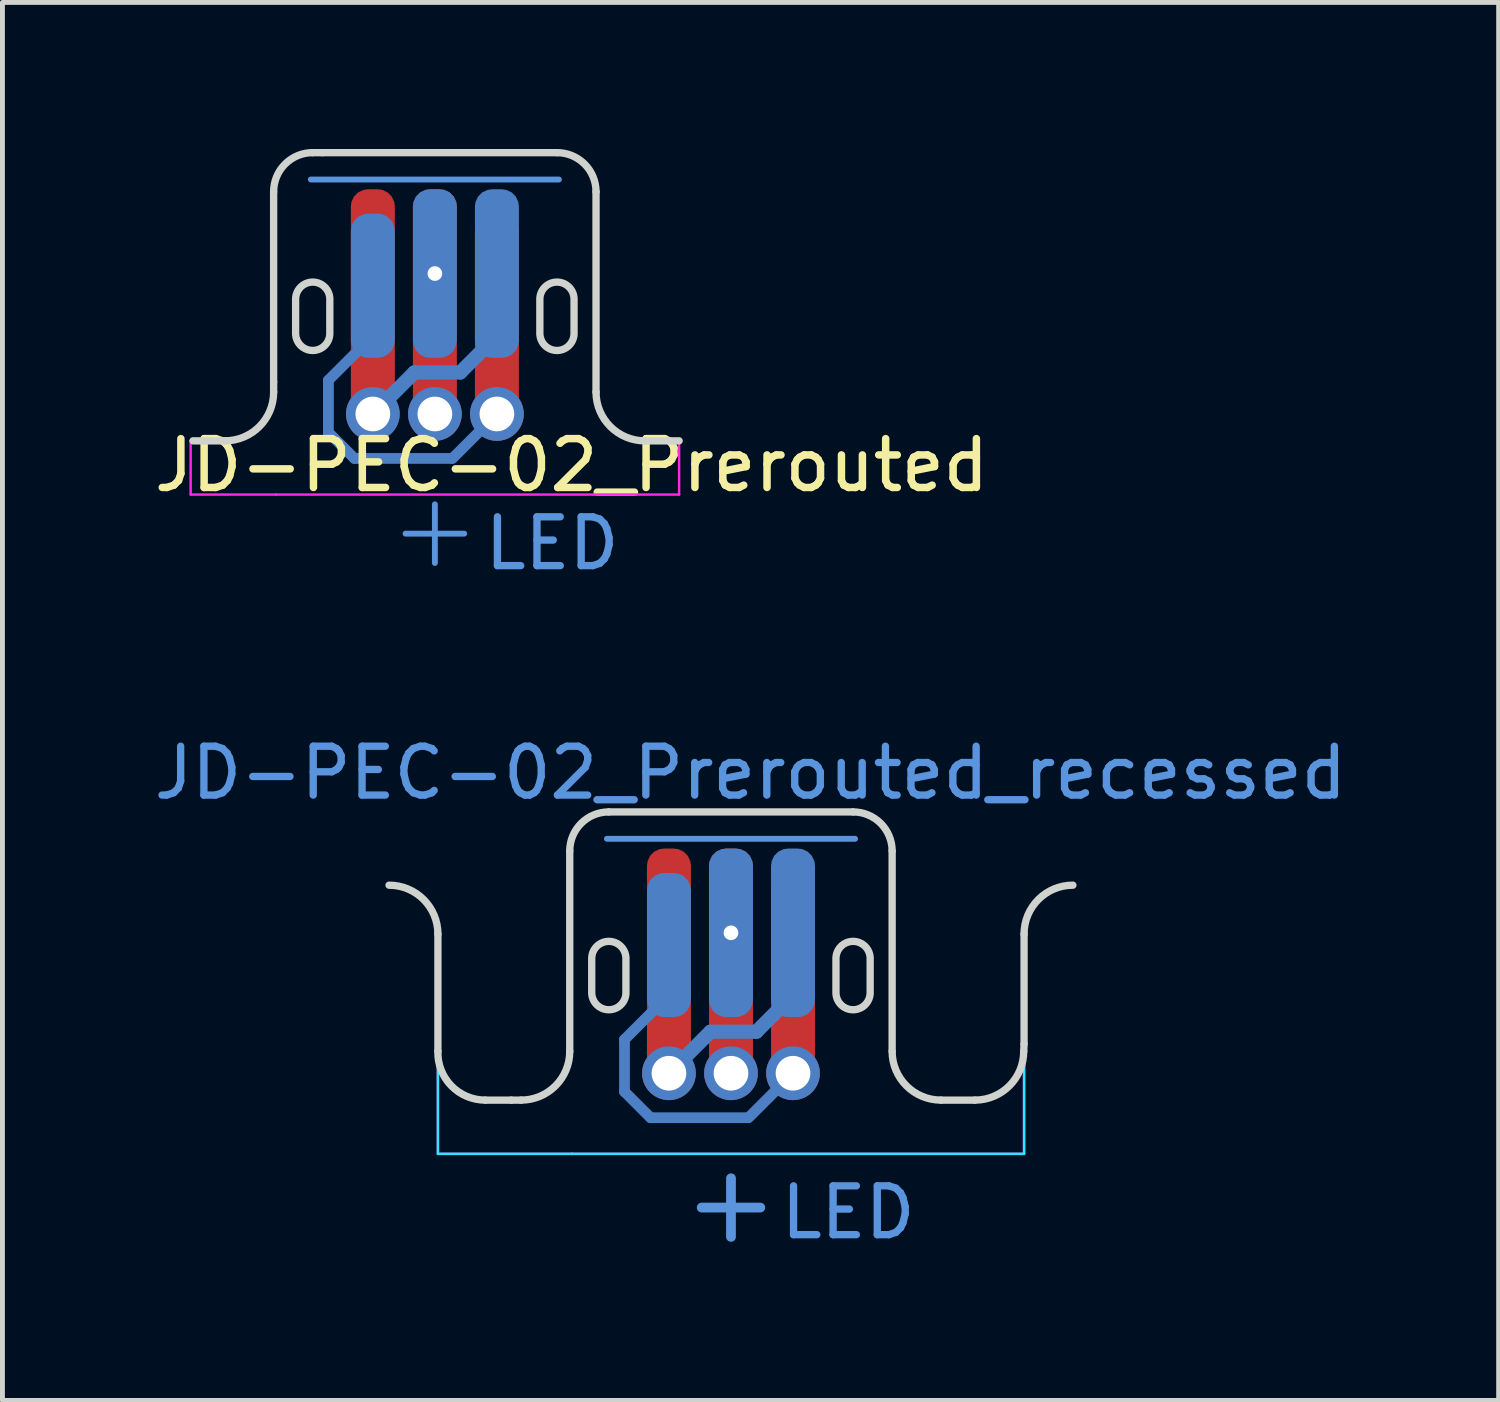
<source format=kicad_pcb>
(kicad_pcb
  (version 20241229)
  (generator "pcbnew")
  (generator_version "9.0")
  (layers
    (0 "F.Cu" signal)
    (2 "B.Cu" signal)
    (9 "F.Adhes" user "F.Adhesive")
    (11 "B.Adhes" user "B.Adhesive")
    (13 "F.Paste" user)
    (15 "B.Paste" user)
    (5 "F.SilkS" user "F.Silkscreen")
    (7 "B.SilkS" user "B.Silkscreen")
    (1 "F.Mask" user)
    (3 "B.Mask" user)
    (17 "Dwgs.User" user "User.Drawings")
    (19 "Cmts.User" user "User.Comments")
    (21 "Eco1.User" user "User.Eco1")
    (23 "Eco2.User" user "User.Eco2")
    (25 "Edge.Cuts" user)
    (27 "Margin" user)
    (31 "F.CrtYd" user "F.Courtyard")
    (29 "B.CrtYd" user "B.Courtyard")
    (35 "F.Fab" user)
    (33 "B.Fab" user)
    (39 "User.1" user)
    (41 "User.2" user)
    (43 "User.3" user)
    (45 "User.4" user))
  (footprint "JD-PEC-02_Prerouted_recessed"
    (layer "F.Cu")
    (at 11.915 17.572)
    (property "Reference" "JD-PEC-02_Prerouted_recessed" (at 0.4 -4.8 0) (layer "Cmts.User") (effects (font (size 1 1) (thickness 0.15))))
    (attr through_hole)
    (fp_line (start -2.54 -3.45) (end 2.54 -3.45) (stroke (width 0.12) (type solid)) (layer "Cmts.User"))
    (fp_line (start -0.6 4.1) (end 0.6 4.1) (stroke (width 0.2) (type default)) (layer "Cmts.User"))
    (fp_line (start 0 3.5) (end 0 4.7) (stroke (width 0.2) (type default)) (layer "Cmts.User"))
    (fp_line (start -6 -1.5) (end -6 0.9) (stroke (width 0.15) (type default)) (layer "Edge.Cuts"))
    (fp_line (start -5.031 1.9) (end -4.5 1.9) (stroke (width 0.15) (type default)) (layer "Edge.Cuts"))
    (fp_line (start -4.298 1.9) (end -4.5 1.9) (stroke (width 0.15) (type default)) (layer "Edge.Cuts"))
    (fp_line (start -3.301 -3.2) (end -3.301 0.902) (stroke (width 0.15) (type solid)) (layer "Edge.Cuts"))
    (fp_line (start 2.499 -4) (end -2.501 -4) (stroke (width 0.15) (type solid)) (layer "Edge.Cuts"))
    (fp_line (start 3.299 -3.2) (end 3.299 0.9) (stroke (width 0.15) (type default)) (layer "Edge.Cuts"))
    (fp_line (start 4.298 1.9) (end 4.993 1.9) (stroke (width 0.15) (type default)) (layer "Edge.Cuts"))
    (fp_line (start 6 0.75) (end 5.993 0.9) (stroke (width 0.15) (type default)) (layer "Edge.Cuts"))
    (fp_line (start 6 0.75) (end 6 -1.5) (stroke (width 0.15) (type solid)) (layer "Edge.Cuts"))
    (fp_arc (start -7 -2.5) (mid -6.292893 -2.207107) (end -6 -1.5) (stroke (width 0.15) (type default)) (layer "Edge.Cuts"))
    (fp_arc (start -5.031284 1.9) (mid -5.727418 1.605151) (end -6 0.9) (stroke (width 0.15) (type solid)) (layer "Edge.Cuts"))
    (fp_arc (start -3.300852 -3.2) (mid -3.066852 -3.765999) (end -2.500852 -4) (stroke (width 0.15) (type solid)) (layer "Edge.Cuts"))
    (fp_arc (start -3.300852 0.902) (mid -3.592637 1.607476) (end -4.297807 1.9) (stroke (width 0.15) (type solid)) (layer "Edge.Cuts"))
    (fp_arc (start 2.499148 -4) (mid 3.065147 -3.765999) (end 3.299148 -3.2) (stroke (width 0.15) (type solid)) (layer "Edge.Cuts"))
    (fp_arc (start 4.297807 1.9) (mid 3.591372 1.606829) (end 3.299148 0.9) (stroke (width 0.15) (type solid)) (layer "Edge.Cuts"))
    (fp_arc (start 5.992893 0.9) (mid 5.700001 1.607107) (end 4.992893 1.9) (stroke (width 0.15) (type solid)) (layer "Edge.Cuts"))
    (fp_arc (start 6 -1.5) (mid 6.292893 -2.207107) (end 7 -2.5) (stroke (width 0.15) (type default)) (layer "Edge.Cuts"))
    (fp_poly (pts (arc (start -2.150853 -1.000001) (mid -2.500852 -1.35) (end -2.850851 -1.000001)) (arc (start -2.850851 -0.300002) (mid -2.500852 0.049997) (end -2.150853 -0.300002))) (stroke (width 0.15) (type solid)) (fill no) (layer "Edge.Cuts"))
    (fp_poly (pts (arc (start 2.849147 -1.000001) (mid 2.499148 -1.35) (end 2.149149 -1.000001)) (arc (start 2.149149 -0.300002) (mid 2.499148 0.049997) (end 2.849147 -0.300002))) (stroke (width 0.15) (type solid)) (fill no) (layer "Edge.Cuts"))
    (fp_line (start -6 0.9) (end -6 3) (stroke (width 0.05) (type default)) (layer "B.CrtYd"))
    (fp_line (start -6 3) (end -3.25 3) (stroke (width 0.05) (type default)) (layer "B.CrtYd"))
    (fp_line (start -4.2 1.9) (end -5.031 1.9) (stroke (width 0.05) (type default)) (layer "B.CrtYd"))
    (fp_line (start -3.301 -3.2) (end -3.301 0.902) (stroke (width 0.05) (type solid)) (layer "B.CrtYd"))
    (fp_line (start -2.501 -4) (end 2.5 -4) (stroke (width 0.05) (type default)) (layer "B.CrtYd"))
    (fp_line (start 3.3 -3.2) (end 3.299 0.9) (stroke (width 0.05) (type default)) (layer "B.CrtYd"))
    (fp_line (start 4.298 1.9) (end 5 1.9) (stroke (width 0.05) (type solid)) (layer "B.CrtYd"))
    (fp_line (start 6 0.9) (end 6 3) (stroke (width 0.05) (type default)) (layer "B.CrtYd"))
    (fp_line (start 6 3) (end -3.25 3) (stroke (width 0.05) (type default)) (layer "B.CrtYd"))
    (fp_arc (start -5.031284 1.9) (mid -5.72742 1.605152) (end -6 0.9) (stroke (width 0.05) (type solid)) (layer "B.CrtYd"))
    (fp_arc (start -3.300852 -3.2) (mid -3.066852 -3.766) (end -2.500852 -4) (stroke (width 0.05) (type solid)) (layer "B.CrtYd"))
    (fp_arc (start -3.300852 0.902) (mid -3.558642 1.573788) (end -4.2 1.9) (stroke (width 0.05) (type solid)) (layer "B.CrtYd"))
    (fp_arc (start 2.5 -4) (mid 3.065685 -3.765685) (end 3.3 -3.2) (stroke (width 0.05) (type default)) (layer "B.CrtYd"))
    (fp_arc (start 4.297807 1.9) (mid 3.591372 1.606828) (end 3.299148 0.9) (stroke (width 0.05) (type solid)) (layer "B.CrtYd"))
    (fp_arc (start 6 0.9) (mid 5.707107 1.607106) (end 5 1.9) (stroke (width 0.05) (type solid)) (layer "B.CrtYd"))
    (fp_line (start -6 0.9) (end -6 3) (stroke (width 0.05) (type default)) (layer "F.CrtYd"))
    (fp_line (start -6 3) (end -3.25 3) (stroke (width 0.05) (type default)) (layer "F.CrtYd"))
    (fp_line (start -4.2 1.9) (end -5.031 1.9) (stroke (width 0.05) (type default)) (layer "F.CrtYd"))
    (fp_line (start -3.301 -3.2) (end -3.301 0.902) (stroke (width 0.05) (type solid)) (layer "F.CrtYd"))
    (fp_line (start -2.501 -4) (end 2.5 -4) (stroke (width 0.05) (type default)) (layer "F.CrtYd"))
    (fp_line (start 3.3 -3.2) (end 3.299 0.9) (stroke (width 0.05) (type default)) (layer "F.CrtYd"))
    (fp_line (start 4.298 1.9) (end 5 1.9) (stroke (width 0.05) (type solid)) (layer "F.CrtYd"))
    (fp_line (start 6 0.9) (end 6 3) (stroke (width 0.05) (type default)) (layer "F.CrtYd"))
    (fp_line (start 6 3) (end -3.25 3) (stroke (width 0.05) (type default)) (layer "F.CrtYd"))
    (fp_arc (start -5.031284 1.9) (mid -5.727419 1.605152) (end -6 0.9) (stroke (width 0.05) (type solid)) (layer "F.CrtYd"))
    (fp_arc (start -3.300852 -3.2) (mid -3.066852 -3.765999) (end -2.500852 -4) (stroke (width 0.05) (type solid)) (layer "F.CrtYd"))
    (fp_arc (start -3.300852 0.902) (mid -3.558642 1.573788) (end -4.2 1.9) (stroke (width 0.05) (type solid)) (layer "F.CrtYd"))
    (fp_arc (start 2.5 -4) (mid 3.065685 -3.765685) (end 3.3 -3.2) (stroke (width 0.05) (type default)) (layer "F.CrtYd"))
    (fp_arc (start 4.297807 1.9) (mid 3.591372 1.606829) (end 3.299148 0.9) (stroke (width 0.05) (type solid)) (layer "F.CrtYd"))
    (fp_arc (start 6 0.9) (mid 5.707108 1.607108) (end 5 1.9) (stroke (width 0.05) (type solid)) (layer "F.CrtYd"))
    (fp_text user "LED" (at 2.4 4.2 0) (unlocked yes) (layer "Cmts.User") (effects (font (size 1 1) (thickness 0.15))))
    (pad "1" smd oval (at -2.18 1.194 90) (size 1.287 0.22) (layers "B.Cu"))
    (pad "1" smd oval (at -1.913 1.994 315) (size 0.974 0.22) (layers "B.Cu"))
    (pad "1" smd oval (at -1.725 0.205 45) (size 1.507 0.22) (layers "B.Cu"))
    (pad "1" smd roundrect (at -1.27 -1.275) (size 0.9 2.95) (layers "B.Cu" "B.Mask") (roundrect_rratio 0.389))
    (pad "1" smd oval (at -0.651 2.26) (size 2.212 0.22) (layers "B.Cu"))
    (pad "1" smd oval (at 0.815 1.805 45) (size 1.507 0.22) (layers "B.Cu"))
    (pad "1" smd roundrect (at 1.27 -0.475) (size 0.9 4.55) (layers "F.Cu" "F.Mask") (roundrect_rratio 0.389))
    (pad "1" thru_hole circle (at 1.27 1.35) (size 1.1 1.1) (drill 0.71) (layers "*.Cu" "*.Mask"))
    (pad "2" thru_hole circle (at 0 -1.525) (size 0.6 0.6) (drill 0.3) (layers "*.Cu" "*.Mask"))
    (pad "2" smd roundrect (at 0 -1.525) (size 0.9 3.45) (layers "B.Cu" "B.Mask") (roundrect_rratio 0.389))
    (pad "2" smd roundrect (at 0 -0.725) (size 0.9 5.05) (layers "F.Cu" "F.Mask") (roundrect_rratio 0.389))
    (pad "2" thru_hole circle (at 0 1.35) (size 1.1 1.1) (drill 0.71) (layers "*.Cu" "*.Mask"))
    (pad "3" smd roundrect (at -1.27 -0.725) (size 0.9 5.05) (layers "F.Cu" "F.Mask") (roundrect_rratio 0.389))
    (pad "3" thru_hole circle (at -1.27 1.35) (size 1.1 1.1) (drill 0.71) (layers "*.Cu" "*.Mask"))
    (pad "3" smd oval (at -0.845 0.925 45) (size 1.492 0.29) (layers "B.Cu"))
    (pad "3" smd oval (at 0.05 0.5) (size 1.23 0.29) (layers "B.Cu"))
    (pad "3" smd oval (at 0.895 0.125 45) (size 1.351 0.29) (layers "B.Cu"))
    (pad "3" smd roundrect (at 1.27 -1.525) (size 0.9 3.45) (layers "B.Cu" "B.Mask") (roundrect_rratio 0.389)))
  (footprint "JD-PEC-02_Prerouted"
    (layer "F.Cu")
    (at 5.853 4.075)
    (property "Reference" "JD-PEC-02_Prerouted" (at 2.8 2.4 0) (layer "F.SilkS") (effects (font (size 1 1) (thickness 0.153))))
    (attr through_hole)
    (fp_line (start -2.54 -3.45) (end 2.54 -3.45) (stroke (width 0.12) (type solid)) (layer "Cmts.User"))
    (fp_line (start -0.6 3.8) (end 0.6 3.8) (stroke (width 0.12) (type default)) (layer "Cmts.User"))
    (fp_line (start 0 3.2) (end 0 4.4) (stroke (width 0.12) (type default)) (layer "Cmts.User"))
    (fp_line (start 2.499 -4) (end -2.501 -4) (stroke (width 0.15) (type solid)) (layer "Eco1.User"))
    (fp_line (start 3.299 0.9) (end 3.299 -3.2) (stroke (width 0.15) (type solid)) (layer "Eco1.User"))
    (fp_line (start 3.299 0.9) (end 3.299 -3.2) (stroke (width 0.15) (type solid)) (layer "Eco1.User"))
    (fp_arc (start 4.297807 1.9) (mid 3.591372 1.606828) (end 3.299148 0.9) (stroke (width 0.15) (type solid)) (layer "Eco1.User"))
    (fp_circle (center -1.271 1.3) (end -0.916 1.3) (stroke (width 0.15) (type solid)) (fill no) (layer "Eco1.User"))
    (fp_circle (center -0.001 1.3) (end 0.354 1.3) (stroke (width 0.15) (type solid)) (fill no) (layer "Eco1.User"))
    (fp_circle (center 1.269 1.3) (end 1.624 1.3) (stroke (width 0.15) (type solid)) (fill no) (layer "Eco1.User"))
    (fp_line (start -4.951 1.9) (end -4.298 1.9) (stroke (width 0.15) (type default)) (layer "Edge.Cuts"))
    (fp_line (start -3.301 -3.2) (end -3.301 0.7) (stroke (width 0.15) (type solid)) (layer "Edge.Cuts"))
    (fp_line (start -3.301 0.7) (end -3.301 0.902) (stroke (width 0.15) (type default)) (layer "Edge.Cuts"))
    (fp_line (start -2.501 -4) (end -2.3 -4) (stroke (width 0.15) (type default)) (layer "Edge.Cuts"))
    (fp_line (start 2.499 -4) (end -2.3 -4) (stroke (width 0.15) (type solid)) (layer "Edge.Cuts"))
    (fp_line (start 3.299 -3.2) (end 3.299 0.9) (stroke (width 0.15) (type default)) (layer "Edge.Cuts"))
    (fp_line (start 4.298 1.9) (end 5 1.9) (stroke (width 0.15) (type default)) (layer "Edge.Cuts"))
    (fp_arc (start -3.300852 -3.2) (mid -3.066852 -3.765999) (end -2.500852 -4) (stroke (width 0.15) (type solid)) (layer "Edge.Cuts"))
    (fp_arc (start -3.300852 0.902) (mid -3.592637 1.607476) (end -4.297807 1.9) (stroke (width 0.15) (type solid)) (layer "Edge.Cuts"))
    (fp_arc (start 2.499148 -4) (mid 3.065147 -3.765999) (end 3.299148 -3.2) (stroke (width 0.15) (type solid)) (layer "Edge.Cuts"))
    (fp_arc (start 4.297807 1.9) (mid 3.591372 1.606829) (end 3.299148 0.9) (stroke (width 0.15) (type solid)) (layer "Edge.Cuts"))
    (fp_poly (pts (arc (start -2.150853 -1.000001) (mid -2.500852 -1.35) (end -2.850851 -1.000001)) (arc (start -2.850851 -0.300002) (mid -2.500852 0.049997) (end -2.150853 -0.300002))) (stroke (width 0.15) (type solid)) (fill no) (layer "Edge.Cuts"))
    (fp_poly (pts (arc (start 2.849147 -1.000001) (mid 2.499148 -1.35) (end 2.149149 -1.000001)) (arc (start 2.149149 -0.300002) (mid 2.499148 0.049997) (end 2.849147 -0.300002))) (stroke (width 0.15) (type solid)) (fill no) (layer "Edge.Cuts"))
    (fp_line (start -5 1.9) (end -5 3) (stroke (width 0.05) (type default)) (layer "F.CrtYd"))
    (fp_line (start -5 3) (end -3.25 3) (stroke (width 0.05) (type default)) (layer "F.CrtYd"))
    (fp_line (start -4.2 1.9) (end -5 1.9) (stroke (width 0.05) (type default)) (layer "F.CrtYd"))
    (fp_line (start -3.301 -3.2) (end -3.301 0.902) (stroke (width 0.05) (type solid)) (layer "F.CrtYd"))
    (fp_line (start -2.501 -4) (end 2.499 -4) (stroke (width 0.05) (type default)) (layer "F.CrtYd"))
    (fp_line (start 3.25 3) (end -3.25 3) (stroke (width 0.05) (type default)) (layer "F.CrtYd"))
    (fp_line (start 3.299 -3.2) (end 3.299 0.9) (stroke (width 0.05) (type default)) (layer "F.CrtYd"))
    (fp_line (start 4.298 1.9) (end 5 1.9) (stroke (width 0.05) (type solid)) (layer "F.CrtYd"))
    (fp_line (start 5 1.9) (end 5 3) (stroke (width 0.05) (type default)) (layer "F.CrtYd"))
    (fp_line (start 5 3) (end 3.25 3) (stroke (width 0.05) (type default)) (layer "F.CrtYd"))
    (fp_arc (start -3.300852 -3.2) (mid -3.066852 -3.765999) (end -2.500852 -4) (stroke (width 0.05) (type solid)) (layer "F.CrtYd"))
    (fp_arc (start -3.300852 0.902) (mid -3.558642 1.573788) (end -4.2 1.9) (stroke (width 0.05) (type solid)) (layer "F.CrtYd"))
    (fp_arc (start 2.499148 -4) (mid 3.065147 -3.765999) (end 3.299148 -3.2) (stroke (width 0.05) (type solid)) (layer "F.CrtYd"))
    (fp_arc (start 4.297807 1.9) (mid 3.591372 1.606829) (end 3.299148 0.9) (stroke (width 0.05) (type solid)) (layer "F.CrtYd"))
    (fp_text user "LED" (at 2.4 4 0) (unlocked yes) (layer "Cmts.User") (effects (font (size 1 1) (thickness 0.15))))
    (pad "1" smd oval (at -2.18 1.194 90) (size 1.287 0.22) (layers "B.Cu"))
    (pad "1" smd oval (at -1.913 1.994 315) (size 0.974 0.22) (layers "B.Cu"))
    (pad "1" smd oval (at -1.725 0.205 45) (size 1.507 0.22) (layers "B.Cu"))
    (pad "1" smd roundrect (at -1.27 -1.275) (size 0.9 2.95) (layers "B.Cu" "B.Mask") (roundrect_rratio 0.389))
    (pad "1" smd oval (at -0.651 2.26) (size 2.212 0.22) (layers "B.Cu"))
    (pad "1" smd oval (at 0.815 1.805 45) (size 1.507 0.22) (layers "B.Cu"))
    (pad "1" smd roundrect (at 1.27 -0.475) (size 0.9 4.55) (layers "F.Cu" "F.Mask") (roundrect_rratio 0.389))
    (pad "1" thru_hole circle (at 1.27 1.35) (size 1.1 1.1) (drill 0.71) (layers "*.Cu" "*.Mask"))
    (pad "2" thru_hole circle (at 0 -1.525) (size 0.6 0.6) (drill 0.3) (layers "*.Cu" "*.Mask"))
    (pad "2" smd roundrect (at 0 -1.525) (size 0.9 3.45) (layers "B.Cu" "B.Mask") (roundrect_rratio 0.389))
    (pad "2" smd roundrect (at 0 -0.725) (size 0.9 5.05) (layers "F.Cu" "F.Mask") (roundrect_rratio 0.389))
    (pad "2" thru_hole circle (at 0 1.35) (size 1.1 1.1) (drill 0.71) (layers "*.Cu" "*.Mask"))
    (pad "3" smd roundrect (at -1.27 -0.725) (size 0.9 5.05) (layers "F.Cu" "F.Mask") (roundrect_rratio 0.389))
    (pad "3" thru_hole circle (at -1.27 1.35) (size 1.1 1.1) (drill 0.71) (layers "*.Cu" "*.Mask"))
    (pad "3" smd oval (at -0.845 0.925 45) (size 1.492 0.29) (layers "B.Cu"))
    (pad "3" smd oval (at 0.05 0.5) (size 1.23 0.29) (layers "B.Cu"))
    (pad "3" smd oval (at 0.895 0.125 45) (size 1.351 0.29) (layers "B.Cu"))
    (pad "3" smd roundrect (at 1.27 -1.525) (size 0.9 3.45) (layers "B.Cu" "B.Mask") (roundrect_rratio 0.389)))
  (gr_rect
    (start -3 -3)
    (end 27.631 25.62)
    (stroke (width 0.1) (type default))
    (fill no)
    (layer "Edge.Cuts")))
</source>
